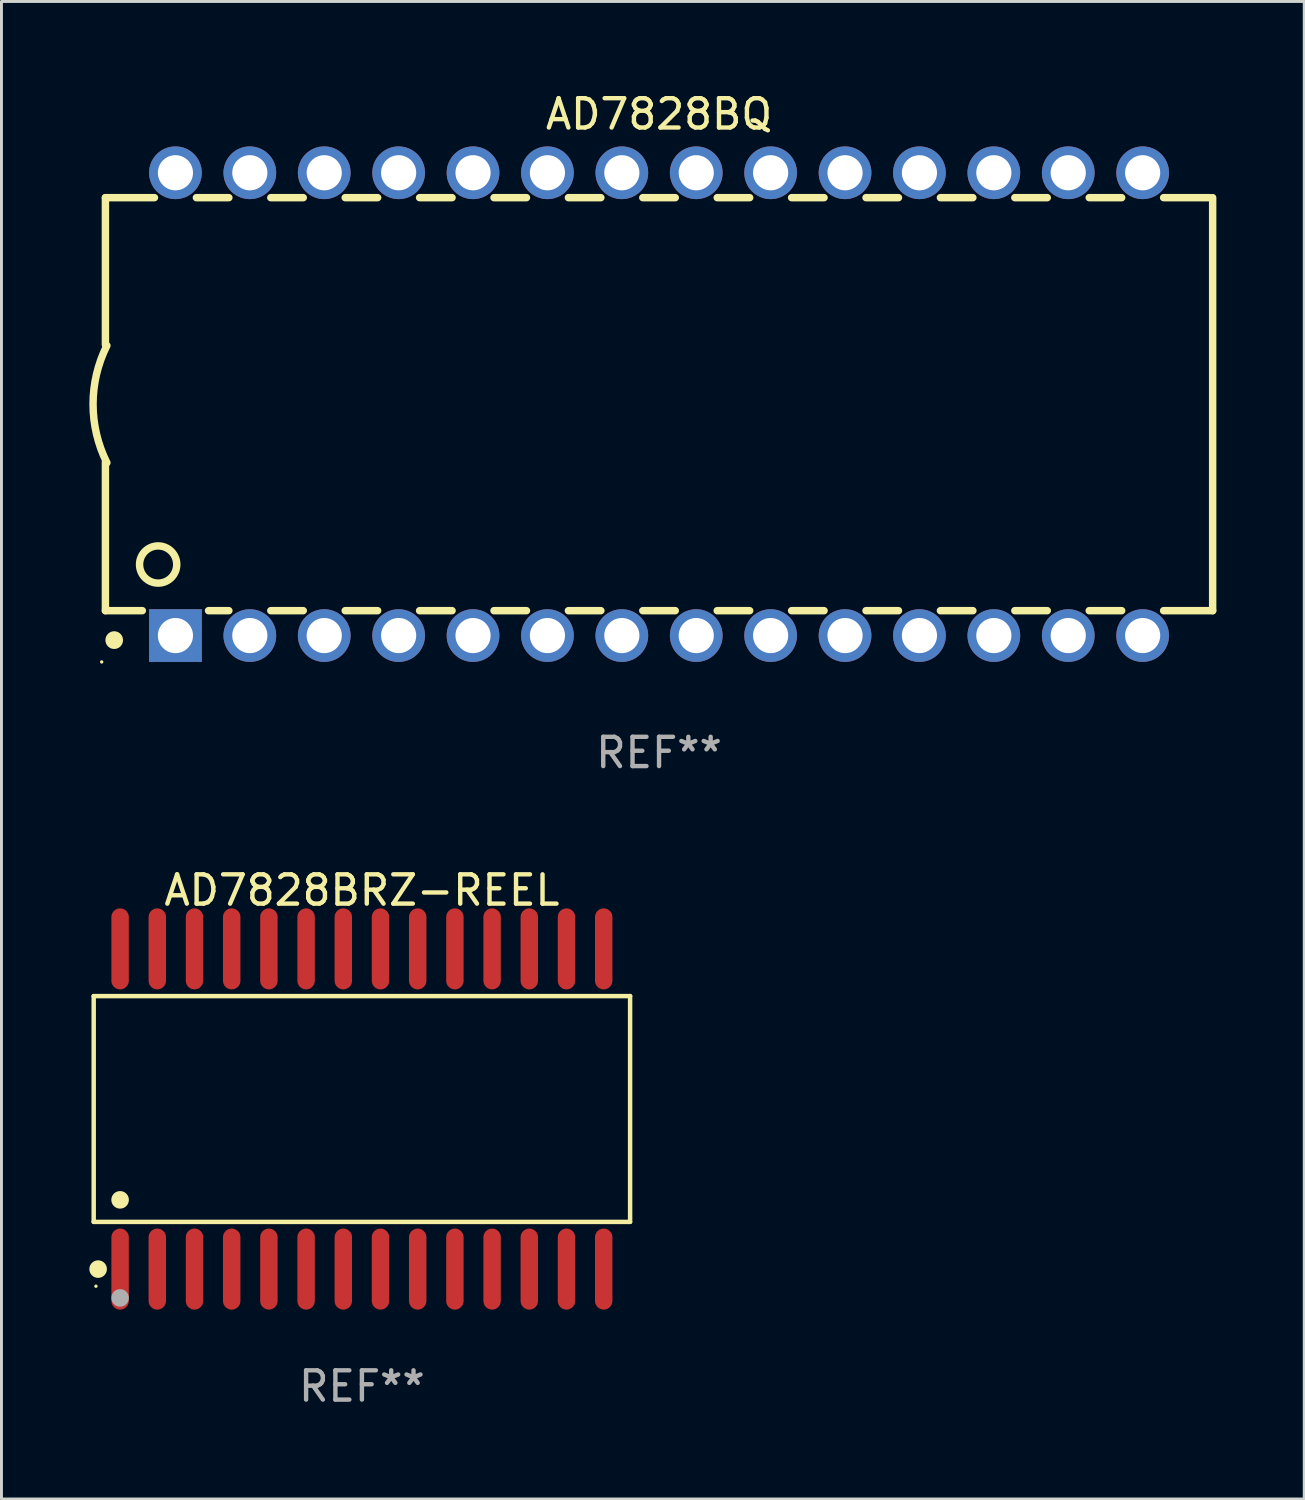
<source format=kicad_pcb>
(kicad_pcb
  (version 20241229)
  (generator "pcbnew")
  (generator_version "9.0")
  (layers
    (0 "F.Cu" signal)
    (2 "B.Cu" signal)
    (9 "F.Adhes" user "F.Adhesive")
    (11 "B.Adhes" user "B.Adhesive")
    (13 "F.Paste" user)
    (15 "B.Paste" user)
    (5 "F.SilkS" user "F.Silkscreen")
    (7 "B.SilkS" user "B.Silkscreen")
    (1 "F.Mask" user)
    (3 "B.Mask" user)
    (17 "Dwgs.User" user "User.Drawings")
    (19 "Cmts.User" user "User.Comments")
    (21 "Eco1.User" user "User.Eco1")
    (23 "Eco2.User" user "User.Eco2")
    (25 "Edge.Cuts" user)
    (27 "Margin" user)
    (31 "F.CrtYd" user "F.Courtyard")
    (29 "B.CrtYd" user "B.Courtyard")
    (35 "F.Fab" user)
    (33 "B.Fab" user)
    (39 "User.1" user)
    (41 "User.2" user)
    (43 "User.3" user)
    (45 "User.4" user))
  (footprint "AD7828BQ"
    (layer "F.Cu")
    (at 19.449 10.748)
    (property "Reference" "AD7828BQ" (at 0 -9.9 0) (layer "F.SilkS") (effects (font (size 1 1) (thickness 0.15))))
    (attr through_hole)
    (fp_line (start -18.9 -7.05) (end -18.9 -2.026) (stroke (width 0.254) (type solid)) (layer "F.SilkS"))
    (fp_line (start -18.9 -7.05) (end -17.226 -7.05) (stroke (width 0.254) (type solid)) (layer "F.SilkS"))
    (fp_line (start -18.9 1.974) (end -18.9 7.05) (stroke (width 0.254) (type solid)) (layer "F.SilkS"))
    (fp_line (start -18.9 7.05) (end -17.64 7.05) (stroke (width 0.254) (type solid)) (layer "F.SilkS"))
    (fp_line (start -15.794 -7.05) (end -14.686 -7.05) (stroke (width 0.254) (type solid)) (layer "F.SilkS"))
    (fp_line (start -15.38 7.05) (end -14.686 7.05) (stroke (width 0.254) (type solid)) (layer "F.SilkS"))
    (fp_line (start -13.254 7.05) (end -12.146 7.05) (stroke (width 0.254) (type solid)) (layer "F.SilkS"))
    (fp_line (start -13.254 -7.05) (end -12.146 -7.05) (stroke (width 0.254) (type solid)) (layer "F.SilkS"))
    (fp_line (start -10.714 -7.05) (end -9.606 -7.05) (stroke (width 0.254) (type solid)) (layer "F.SilkS"))
    (fp_line (start -10.714 7.05) (end -9.606 7.05) (stroke (width 0.254) (type solid)) (layer "F.SilkS"))
    (fp_line (start -8.174 -7.05) (end -7.066 -7.05) (stroke (width 0.254) (type solid)) (layer "F.SilkS"))
    (fp_line (start -8.174 7.05) (end -7.066 7.05) (stroke (width 0.254) (type solid)) (layer "F.SilkS"))
    (fp_line (start -5.634 -7.05) (end -4.526 -7.05) (stroke (width 0.254) (type solid)) (layer "F.SilkS"))
    (fp_line (start -5.634 7.05) (end -4.526 7.05) (stroke (width 0.254) (type solid)) (layer "F.SilkS"))
    (fp_line (start -3.094 -7.05) (end -1.986 -7.05) (stroke (width 0.254) (type solid)) (layer "F.SilkS"))
    (fp_line (start -3.094 7.05) (end -1.986 7.05) (stroke (width 0.254) (type solid)) (layer "F.SilkS"))
    (fp_line (start -0.554 -7.05) (end 0.554 -7.05) (stroke (width 0.254) (type solid)) (layer "F.SilkS"))
    (fp_line (start -0.554 7.05) (end 0.554 7.05) (stroke (width 0.254) (type solid)) (layer "F.SilkS"))
    (fp_line (start 1.986 -7.05) (end 3.094 -7.05) (stroke (width 0.254) (type solid)) (layer "F.SilkS"))
    (fp_line (start 1.986 7.05) (end 3.094 7.05) (stroke (width 0.254) (type solid)) (layer "F.SilkS"))
    (fp_line (start 4.526 -7.05) (end 5.634 -7.05) (stroke (width 0.254) (type solid)) (layer "F.SilkS"))
    (fp_line (start 4.526 7.05) (end 5.634 7.05) (stroke (width 0.254) (type solid)) (layer "F.SilkS"))
    (fp_line (start 7.066 -7.05) (end 8.174 -7.05) (stroke (width 0.254) (type solid)) (layer "F.SilkS"))
    (fp_line (start 7.066 7.05) (end 8.174 7.05) (stroke (width 0.254) (type solid)) (layer "F.SilkS"))
    (fp_line (start 9.606 -7.05) (end 10.714 -7.05) (stroke (width 0.254) (type solid)) (layer "F.SilkS"))
    (fp_line (start 9.606 7.05) (end 10.714 7.05) (stroke (width 0.254) (type solid)) (layer "F.SilkS"))
    (fp_line (start 12.146 -7.05) (end 13.254 -7.05) (stroke (width 0.254) (type solid)) (layer "F.SilkS"))
    (fp_line (start 12.146 7.05) (end 13.254 7.05) (stroke (width 0.254) (type solid)) (layer "F.SilkS"))
    (fp_line (start 14.686 -7.05) (end 15.794 -7.05) (stroke (width 0.254) (type solid)) (layer "F.SilkS"))
    (fp_line (start 14.686 7.05) (end 15.794 7.05) (stroke (width 0.254) (type solid)) (layer "F.SilkS"))
    (fp_line (start 17.226 -7.05) (end 18.8 -7.05) (stroke (width 0.254) (type solid)) (layer "F.SilkS"))
    (fp_line (start 17.226 7.05) (end 18.9 7.05) (stroke (width 0.254) (type solid)) (layer "F.SilkS"))
    (fp_line (start 18.9 7.05) (end 18.9 -7.05) (stroke (width 0.254) (type solid)) (layer "F.SilkS"))
    (fp_arc (start -18.849987 1.999975) (mid -19.322123 -0.000025) (end -18.849987 -2.000025) (stroke (width 0.254001) (type solid)) (layer "F.SilkS"))
    (fp_arc (start -18.599924 8.057734) (mid -18.599935 8.055207) (end -18.599924 8.052679) (stroke (width 0.6) (type solid)) (layer "F.SilkS"))
    (fp_circle (center -19.027 8.8) (end -18.997 8.8) (stroke (width 0.06) (type solid)) (fill no) (layer "F.SilkS"))
    (fp_circle (center -17.1 5.474) (end -16.465 5.474) (stroke (width 0.254) (type solid)) (fill no) (layer "F.SilkS"))
    (fp_text user "REF**" (at 0 11.9 0) (layer "F.Fab") (effects (font (size 1 1) (thickness 0.15))))
    (pad "1" thru_hole rect (at -16.51 7.9) (size 1.8 1.8) (drill 1.2) (layers "*.Cu" "*.Mask"))
    (pad "2" thru_hole circle (at -13.97 7.9) (size 1.8 1.8) (drill 1.2) (layers "*.Cu" "*.Mask"))
    (pad "3" thru_hole circle (at -11.43 7.9) (size 1.8 1.8) (drill 1.2) (layers "*.Cu" "*.Mask"))
    (pad "4" thru_hole circle (at -8.89 7.9) (size 1.8 1.8) (drill 1.2) (layers "*.Cu" "*.Mask"))
    (pad "5" thru_hole circle (at -6.35 7.9) (size 1.8 1.8) (drill 1.2) (layers "*.Cu" "*.Mask"))
    (pad "6" thru_hole circle (at -3.81 7.9) (size 1.8 1.8) (drill 1.2) (layers "*.Cu" "*.Mask"))
    (pad "7" thru_hole circle (at -1.27 7.9) (size 1.8 1.8) (drill 1.2) (layers "*.Cu" "*.Mask"))
    (pad "8" thru_hole circle (at 1.27 7.9) (size 1.8 1.8) (drill 1.2) (layers "*.Cu" "*.Mask"))
    (pad "9" thru_hole circle (at 3.81 7.9) (size 1.8 1.8) (drill 1.2) (layers "*.Cu" "*.Mask"))
    (pad "10" thru_hole circle (at 6.35 7.9) (size 1.8 1.8) (drill 1.2) (layers "*.Cu" "*.Mask"))
    (pad "11" thru_hole circle (at 8.89 7.9) (size 1.8 1.8) (drill 1.2) (layers "*.Cu" "*.Mask"))
    (pad "12" thru_hole circle (at 11.43 7.9) (size 1.8 1.8) (drill 1.2) (layers "*.Cu" "*.Mask"))
    (pad "13" thru_hole circle (at 13.97 7.9) (size 1.8 1.8) (drill 1.2) (layers "*.Cu" "*.Mask"))
    (pad "14" thru_hole circle (at 16.51 7.9) (size 1.8 1.8) (drill 1.2) (layers "*.Cu" "*.Mask"))
    (pad "15" thru_hole circle (at 16.51 -7.9) (size 1.8 1.8) (drill 1.2) (layers "*.Cu" "*.Mask"))
    (pad "16" thru_hole circle (at 13.97 -7.9) (size 1.8 1.8) (drill 1.2) (layers "*.Cu" "*.Mask"))
    (pad "17" thru_hole circle (at 11.43 -7.9) (size 1.8 1.8) (drill 1.2) (layers "*.Cu" "*.Mask"))
    (pad "18" thru_hole circle (at 8.89 -7.9) (size 1.8 1.8) (drill 1.2) (layers "*.Cu" "*.Mask"))
    (pad "19" thru_hole circle (at 6.35 -7.9) (size 1.8 1.8) (drill 1.2) (layers "*.Cu" "*.Mask"))
    (pad "20" thru_hole circle (at 3.81 -7.9) (size 1.8 1.8) (drill 1.2) (layers "*.Cu" "*.Mask"))
    (pad "21" thru_hole circle (at 1.27 -7.9) (size 1.8 1.8) (drill 1.2) (layers "*.Cu" "*.Mask"))
    (pad "22" thru_hole circle (at -1.27 -7.9) (size 1.8 1.8) (drill 1.2) (layers "*.Cu" "*.Mask"))
    (pad "23" thru_hole circle (at -3.81 -7.9) (size 1.8 1.8) (drill 1.2) (layers "*.Cu" "*.Mask"))
    (pad "24" thru_hole circle (at -6.35 -7.9) (size 1.8 1.8) (drill 1.2) (layers "*.Cu" "*.Mask"))
    (pad "25" thru_hole circle (at -8.89 -7.9) (size 1.8 1.8) (drill 1.2) (layers "*.Cu" "*.Mask"))
    (pad "26" thru_hole circle (at -11.43 -7.9) (size 1.8 1.8) (drill 1.2) (layers "*.Cu" "*.Mask"))
    (pad "27" thru_hole circle (at -13.97 -7.9) (size 1.8 1.8) (drill 1.2) (layers "*.Cu" "*.Mask"))
    (pad "28" thru_hole circle (at -16.51 -7.9) (size 1.8 1.8) (drill 1.2) (layers "*.Cu" "*.Mask")))
  (footprint "AD7828BRZ-REEL"
    (layer "F.Cu")
    (at 9.305 34.81)
    (property "Reference" "AD7828BRZ-REEL" (at 0 -7.466 0) (layer "F.SilkS") (effects (font (size 1 1) (thickness 0.15))))
    (attr through_hole)
    (fp_line (start -9.156 -3.854) (end 9.156 -3.854) (stroke (width 0.152) (type solid)) (layer "F.SilkS"))
    (fp_line (start -9.156 3.854) (end -9.156 -3.854) (stroke (width 0.152) (type solid)) (layer "F.SilkS"))
    (fp_line (start 9.156 -3.854) (end 9.156 3.854) (stroke (width 0.152) (type solid)) (layer "F.SilkS"))
    (fp_line (start 9.156 3.854) (end -9.156 3.854) (stroke (width 0.152) (type solid)) (layer "F.SilkS"))
    (fp_circle (center -9.08 6.05) (end -9.05 6.05) (stroke (width 0.06) (type solid)) (fill no) (layer "F.SilkS"))
    (fp_circle (center -9.005 5.466) (end -8.855 5.466) (stroke (width 0.3) (type solid)) (fill no) (layer "F.SilkS"))
    (fp_circle (center -8.255 3.102) (end -8.105 3.102) (stroke (width 0.3) (type solid)) (fill no) (layer "F.SilkS"))
    (fp_circle (center -8.255 6.45) (end -8.105 6.45) (stroke (width 0.3) (type solid)) (fill no) (layer "F.Fab"))
    (fp_text user "REF**" (at 0 9.466 0) (layer "F.Fab") (effects (font (size 1 1) (thickness 0.15))))
    (pad "1" smd oval (at -8.255 5.466) (size 0.595 2.766) (layers "F.Cu" "F.Mask" "F.Paste"))
    (pad "2" smd oval (at -6.985 5.466) (size 0.595 2.766) (layers "F.Cu" "F.Mask" "F.Paste"))
    (pad "3" smd oval (at -5.715 5.466) (size 0.595 2.766) (layers "F.Cu" "F.Mask" "F.Paste"))
    (pad "4" smd oval (at -4.445 5.466) (size 0.595 2.766) (layers "F.Cu" "F.Mask" "F.Paste"))
    (pad "5" smd oval (at -3.175 5.466) (size 0.595 2.766) (layers "F.Cu" "F.Mask" "F.Paste"))
    (pad "6" smd oval (at -1.905 5.466) (size 0.595 2.766) (layers "F.Cu" "F.Mask" "F.Paste"))
    (pad "7" smd oval (at -0.635 5.466) (size 0.595 2.766) (layers "F.Cu" "F.Mask" "F.Paste"))
    (pad "8" smd oval (at 0.635 5.466) (size 0.595 2.766) (layers "F.Cu" "F.Mask" "F.Paste"))
    (pad "9" smd oval (at 1.905 5.466) (size 0.595 2.766) (layers "F.Cu" "F.Mask" "F.Paste"))
    (pad "10" smd oval (at 3.175 5.466) (size 0.595 2.766) (layers "F.Cu" "F.Mask" "F.Paste"))
    (pad "11" smd oval (at 4.445 5.466) (size 0.595 2.766) (layers "F.Cu" "F.Mask" "F.Paste"))
    (pad "12" smd oval (at 5.715 5.466) (size 0.595 2.766) (layers "F.Cu" "F.Mask" "F.Paste"))
    (pad "13" smd oval (at 6.985 5.466) (size 0.595 2.766) (layers "F.Cu" "F.Mask" "F.Paste"))
    (pad "14" smd oval (at 8.255 5.466) (size 0.595 2.766) (layers "F.Cu" "F.Mask" "F.Paste"))
    (pad "15" smd oval (at 8.255 -5.466) (size 0.595 2.766) (layers "F.Cu" "F.Mask" "F.Paste"))
    (pad "16" smd oval (at 6.985 -5.466) (size 0.595 2.766) (layers "F.Cu" "F.Mask" "F.Paste"))
    (pad "17" smd oval (at 5.715 -5.466) (size 0.595 2.766) (layers "F.Cu" "F.Mask" "F.Paste"))
    (pad "18" smd oval (at 4.445 -5.466) (size 0.595 2.766) (layers "F.Cu" "F.Mask" "F.Paste"))
    (pad "19" smd oval (at 3.175 -5.466) (size 0.595 2.766) (layers "F.Cu" "F.Mask" "F.Paste"))
    (pad "20" smd oval (at 1.905 -5.466) (size 0.595 2.766) (layers "F.Cu" "F.Mask" "F.Paste"))
    (pad "21" smd oval (at 0.635 -5.466) (size 0.595 2.766) (layers "F.Cu" "F.Mask" "F.Paste"))
    (pad "22" smd oval (at -0.635 -5.466) (size 0.595 2.766) (layers "F.Cu" "F.Mask" "F.Paste"))
    (pad "23" smd oval (at -1.905 -5.466) (size 0.595 2.766) (layers "F.Cu" "F.Mask" "F.Paste"))
    (pad "24" smd oval (at -3.175 -5.466) (size 0.595 2.766) (layers "F.Cu" "F.Mask" "F.Paste"))
    (pad "25" smd oval (at -4.445 -5.466) (size 0.595 2.766) (layers "F.Cu" "F.Mask" "F.Paste"))
    (pad "26" smd oval (at -5.715 -5.466) (size 0.595 2.766) (layers "F.Cu" "F.Mask" "F.Paste"))
    (pad "27" smd oval (at -6.985 -5.466) (size 0.595 2.766) (layers "F.Cu" "F.Mask" "F.Paste"))
    (pad "28" smd oval (at -8.255 -5.466) (size 0.595 2.766) (layers "F.Cu" "F.Mask" "F.Paste")))
  (gr_rect
    (start -3 -3)
    (end 41.476 48.124)
    (stroke (width 0.1) (type default))
    (fill no)
    (layer "Edge.Cuts")))
</source>
